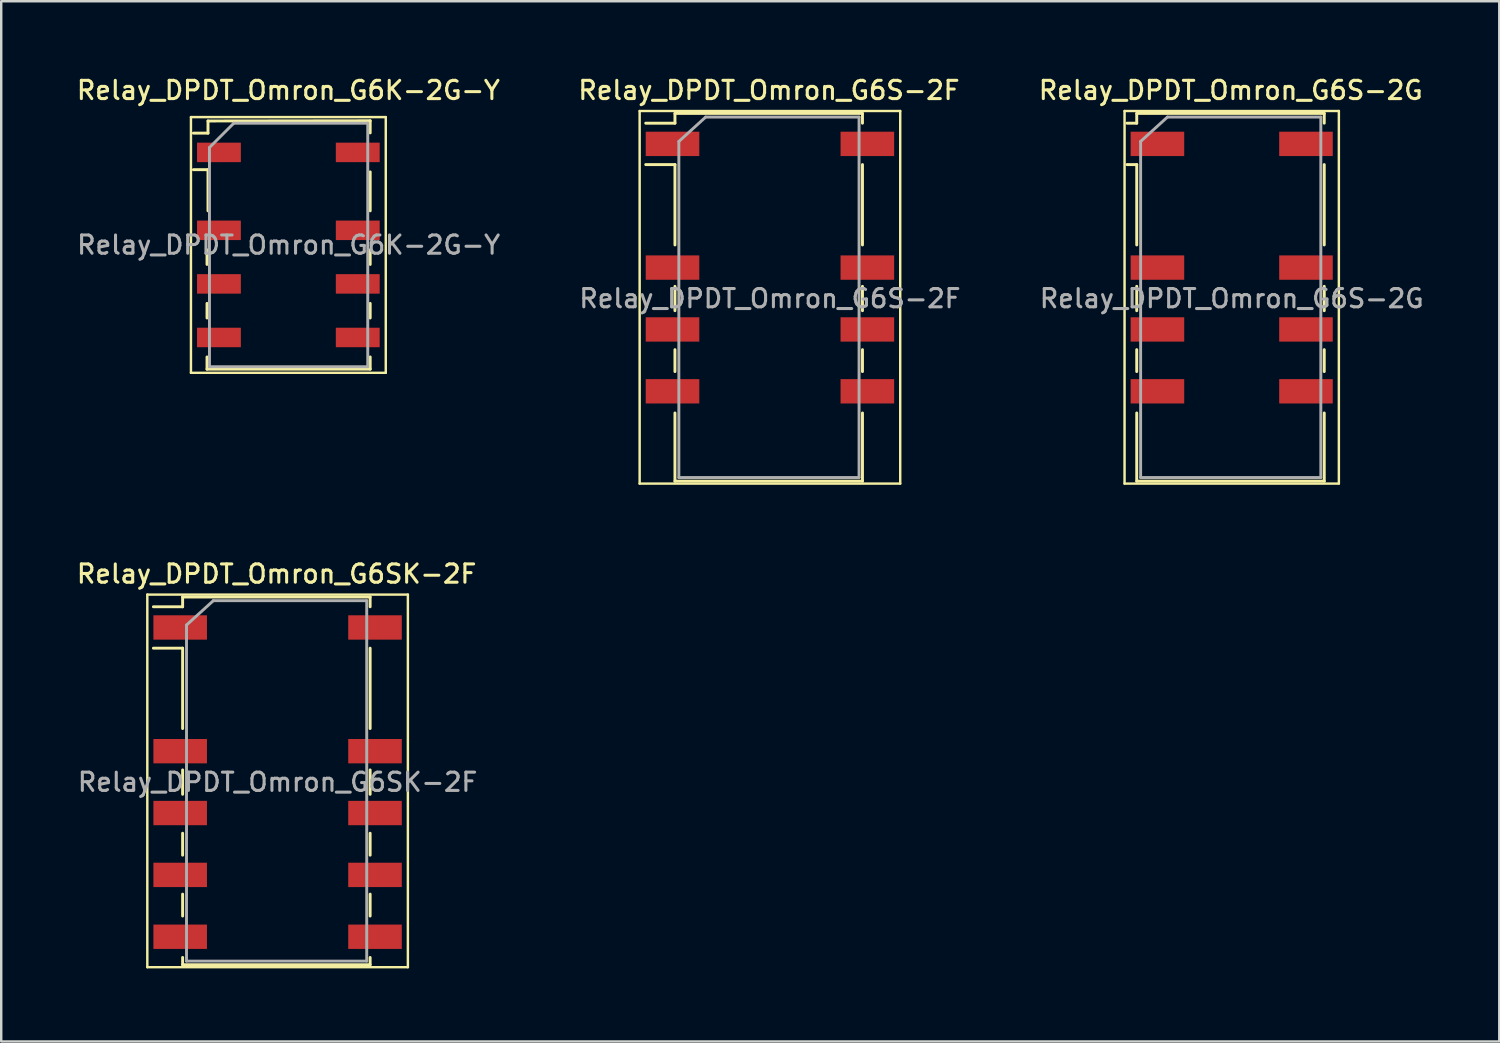
<source format=kicad_pcb>
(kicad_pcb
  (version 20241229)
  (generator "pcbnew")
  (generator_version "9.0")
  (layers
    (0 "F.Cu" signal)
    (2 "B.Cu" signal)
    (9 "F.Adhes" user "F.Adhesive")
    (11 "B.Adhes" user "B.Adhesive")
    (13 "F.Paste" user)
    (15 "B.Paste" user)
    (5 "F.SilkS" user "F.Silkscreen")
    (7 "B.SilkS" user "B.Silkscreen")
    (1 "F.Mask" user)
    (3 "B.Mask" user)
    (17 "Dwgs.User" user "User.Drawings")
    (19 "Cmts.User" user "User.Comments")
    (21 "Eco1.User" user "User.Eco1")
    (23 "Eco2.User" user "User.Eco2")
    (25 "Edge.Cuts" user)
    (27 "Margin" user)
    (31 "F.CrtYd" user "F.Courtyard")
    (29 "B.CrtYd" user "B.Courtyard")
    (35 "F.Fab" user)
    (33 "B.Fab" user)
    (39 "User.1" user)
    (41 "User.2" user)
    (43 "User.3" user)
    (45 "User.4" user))
  (footprint "Relay_DPDT_Omron_G6K-2G-Y"
    (layer "F.Cu")
    (at 8.791 7.008)
    (property "Reference" "Relay_DPDT_Omron_G6K-2G-Y" (at 0 -6.35 0) (unlocked yes) (layer "F.SilkS") (effects (font (size 0.75 0.75) (thickness 0.125))))
    (attr smd)
    (fp_line (start -4 -5.25) (end -4 5.25) (stroke (width 0.1) (type solid)) (layer "F.SilkS"))
    (fp_line (start -4 -5.25) (end 4 -5.25) (stroke (width 0.1) (type solid)) (layer "F.SilkS"))
    (fp_line (start -3.34 0.8) (end -3.34 0.2) (stroke (width 0.12) (type solid)) (layer "F.SilkS"))
    (fp_line (start -3.34 3) (end -3.34 2.4) (stroke (width 0.12) (type solid)) (layer "F.SilkS"))
    (fp_line (start -3.34 5.1) (end -3.34 4.6) (stroke (width 0.12) (type solid)) (layer "F.SilkS"))
    (fp_line (start -3.3 -5.09) (end -3.3 -4.59) (stroke (width 0.12) (type solid)) (layer "F.SilkS"))
    (fp_line (start -3.3 -5.09) (end 3.36 -5.1) (stroke (width 0.12) (type solid)) (layer "F.SilkS"))
    (fp_line (start -3.3 -4.59) (end -3.9 -4.59) (stroke (width 0.12) (type solid)) (layer "F.SilkS"))
    (fp_line (start -3.3 -3.09) (end -3.9 -3.09) (stroke (width 0.12) (type solid)) (layer "F.SilkS"))
    (fp_line (start -3.3 -1.4) (end -3.3 -3.09) (stroke (width 0.12) (type solid)) (layer "F.SilkS"))
    (fp_line (start 3.36 -5.1) (end 3.36 -4.6) (stroke (width 0.12) (type solid)) (layer "F.SilkS"))
    (fp_line (start 3.36 -3) (end 3.36 -1.4) (stroke (width 0.12) (type solid)) (layer "F.SilkS"))
    (fp_line (start 3.36 0.2) (end 3.36 0.8) (stroke (width 0.12) (type solid)) (layer "F.SilkS"))
    (fp_line (start 3.36 2.4) (end 3.36 3) (stroke (width 0.12) (type solid)) (layer "F.SilkS"))
    (fp_line (start 3.36 4.6) (end 3.36 5.1) (stroke (width 0.12) (type solid)) (layer "F.SilkS"))
    (fp_line (start 3.36 5.1) (end -3.34 5.1) (stroke (width 0.12) (type solid)) (layer "F.SilkS"))
    (fp_line (start 4 5.25) (end -4 5.25) (stroke (width 0.1) (type solid)) (layer "F.SilkS"))
    (fp_line (start 4 5.25) (end 4 -5.25) (stroke (width 0.1) (type solid)) (layer "F.SilkS"))
    (fp_line (start -3.24 -4) (end -2.24 -5) (stroke (width 0.12) (type solid)) (layer "F.Fab"))
    (fp_line (start -3.24 5) (end -3.24 -4) (stroke (width 0.12) (type solid)) (layer "F.Fab"))
    (fp_line (start -2.24 -5) (end 3.26 -5) (stroke (width 0.12) (type solid)) (layer "F.Fab"))
    (fp_line (start 3.26 -5) (end 3.26 5) (stroke (width 0.12) (type solid)) (layer "F.Fab"))
    (fp_line (start 3.26 5) (end -3.24 5) (stroke (width 0.12) (type solid)) (layer "F.Fab"))
    (fp_text user "${REFERENCE}" (at 0.01 0 0) (layer "F.Fab") (effects (font (size 0.75 0.75) (thickness 0.125))))
    (pad "1" smd rect (at -2.85 -3.8) (size 1.8 0.8) (layers "F.Cu" "F.Mask" "F.Paste"))
    (pad "2" smd rect (at -2.85 -0.6) (size 1.8 0.8) (layers "F.Cu" "F.Mask" "F.Paste"))
    (pad "3" smd rect (at -2.85 1.6) (size 1.8 0.8) (layers "F.Cu" "F.Mask" "F.Paste"))
    (pad "4" smd rect (at -2.85 3.8) (size 1.8 0.8) (layers "F.Cu" "F.Mask" "F.Paste"))
    (pad "5" smd rect (at 2.85 3.8) (size 1.8 0.8) (layers "F.Cu" "F.Mask" "F.Paste"))
    (pad "6" smd rect (at 2.85 1.6) (size 1.8 0.8) (layers "F.Cu" "F.Mask" "F.Paste"))
    (pad "7" smd rect (at 2.85 -0.6) (size 1.8 0.8) (layers "F.Cu" "F.Mask" "F.Paste"))
    (pad "8" smd rect (at 2.85 -3.8) (size 1.8 0.8) (layers "F.Cu" "F.Mask" "F.Paste")))
  (footprint "Relay_DPDT_Omron_G6SK-2F"
    (layer "F.Cu")
    (at 8.349 29.066)
    (property "Reference" "Relay_DPDT_Omron_G6SK-2F" (at -0.04 -8.55 0) (layer "F.SilkS") (effects (font (size 0.75 0.75) (thickness 0.125))))
    (attr smd)
    (fp_line (start -5.35 -7.7) (end -5.35 7.6) (stroke (width 0.1) (type solid)) (layer "F.SilkS"))
    (fp_line (start -5.35 -7.7) (end 5.35 -7.7) (stroke (width 0.1) (type solid)) (layer "F.SilkS"))
    (fp_line (start -5.1 -7.2) (end -3.9 -7.2) (stroke (width 0.12) (type solid)) (layer "F.SilkS"))
    (fp_line (start -3.9 -7.6) (end 3.8 -7.6) (stroke (width 0.12) (type solid)) (layer "F.SilkS"))
    (fp_line (start -3.9 -7.2) (end -3.9 -7.6) (stroke (width 0.12) (type solid)) (layer "F.SilkS"))
    (fp_line (start -3.9 -5.5) (end -5.1 -5.5) (stroke (width 0.12) (type solid)) (layer "F.SilkS"))
    (fp_line (start -3.9 -5.5) (end -3.9 -2.2) (stroke (width 0.12) (type solid)) (layer "F.SilkS"))
    (fp_line (start -3.9 -0.5) (end -3.9 0.5) (stroke (width 0.12) (type solid)) (layer "F.SilkS"))
    (fp_line (start -3.9 2.1) (end -3.9 3) (stroke (width 0.12) (type solid)) (layer "F.SilkS"))
    (fp_line (start -3.9 5.5) (end -3.9 4.6) (stroke (width 0.12) (type solid)) (layer "F.SilkS"))
    (fp_line (start -3.9 7.2) (end -3.9 7.5) (stroke (width 0.12) (type solid)) (layer "F.SilkS"))
    (fp_line (start -3.9 7.5) (end 3.8 7.5) (stroke (width 0.12) (type solid)) (layer "F.SilkS"))
    (fp_line (start 3.8 -7.6) (end 3.8 -7.2) (stroke (width 0.12) (type solid)) (layer "F.SilkS"))
    (fp_line (start 3.8 -5.5) (end 3.8 -2.2) (stroke (width 0.12) (type solid)) (layer "F.SilkS"))
    (fp_line (start 3.8 0.5) (end 3.8 -0.5) (stroke (width 0.12) (type solid)) (layer "F.SilkS"))
    (fp_line (start 3.8 3) (end 3.8 2.1) (stroke (width 0.12) (type solid)) (layer "F.SilkS"))
    (fp_line (start 3.8 4.6) (end 3.8 5.5) (stroke (width 0.12) (type solid)) (layer "F.SilkS"))
    (fp_line (start 3.8 7.5) (end 3.8 7.2) (stroke (width 0.12) (type solid)) (layer "F.SilkS"))
    (fp_line (start 5.35 7.6) (end -5.35 7.6) (stroke (width 0.1) (type solid)) (layer "F.SilkS"))
    (fp_line (start 5.35 7.6) (end 5.35 -7.7) (stroke (width 0.1) (type solid)) (layer "F.SilkS"))
    (fp_line (start -3.74 -6.45) (end -2.64 -7.45) (stroke (width 0.12) (type solid)) (layer "F.Fab"))
    (fp_line (start -3.74 7.35) (end -3.74 -6.45) (stroke (width 0.12) (type solid)) (layer "F.Fab"))
    (fp_line (start -2.64 -7.45) (end 3.66 -7.45) (stroke (width 0.12) (type solid)) (layer "F.Fab"))
    (fp_line (start 3.66 -7.45) (end 3.66 7.35) (stroke (width 0.12) (type solid)) (layer "F.Fab"))
    (fp_line (start 3.66 7.35) (end -3.74 7.35) (stroke (width 0.12) (type solid)) (layer "F.Fab"))
    (fp_text user "${REFERENCE}" (at 0 0 0) (layer "F.Fab") (effects (font (size 0.75 0.75) (thickness 0.125))))
    (pad "1" smd rect (at -4 -6.35) (size 2.2 1) (layers "F.Cu" "F.Mask" "F.Paste"))
    (pad "3" smd rect (at -4 -1.27) (size 2.2 1) (layers "F.Cu" "F.Mask" "F.Paste"))
    (pad "4" smd rect (at -4 1.27) (size 2.2 1) (layers "F.Cu" "F.Mask" "F.Paste"))
    (pad "5" smd rect (at -4 3.81) (size 2.2 1) (layers "F.Cu" "F.Mask" "F.Paste"))
    (pad "6" smd rect (at -4 6.35) (size 2.2 1) (layers "F.Cu" "F.Mask" "F.Paste"))
    (pad "7" smd rect (at 4 6.35) (size 2.2 1) (layers "F.Cu" "F.Mask" "F.Paste"))
    (pad "8" smd rect (at 4 3.81) (size 2.2 1) (layers "F.Cu" "F.Mask" "F.Paste"))
    (pad "9" smd rect (at 4 1.27) (size 2.2 1) (layers "F.Cu" "F.Mask" "F.Paste"))
    (pad "10" smd rect (at 4 -1.27) (size 2.2 1) (layers "F.Cu" "F.Mask" "F.Paste"))
    (pad "12" smd rect (at 4 -6.35) (size 2.2 1) (layers "F.Cu" "F.Mask" "F.Paste")))
  (footprint "Relay_DPDT_Omron_G6S-2F"
    (layer "F.Cu")
    (at 28.566 9.208)
    (property "Reference" "Relay_DPDT_Omron_G6S-2F" (at -0.04 -8.55 0) (layer "F.SilkS") (effects (font (size 0.75 0.75) (thickness 0.125))))
    (attr smd)
    (fp_line (start -5.35 -7.7) (end -5.35 7.6) (stroke (width 0.1) (type solid)) (layer "F.SilkS"))
    (fp_line (start -5.35 -7.7) (end 5.35 -7.7) (stroke (width 0.1) (type solid)) (layer "F.SilkS"))
    (fp_line (start -5.1 -7.2) (end -3.9 -7.2) (stroke (width 0.12) (type solid)) (layer "F.SilkS"))
    (fp_line (start -3.9 -7.6) (end 3.8 -7.6) (stroke (width 0.12) (type solid)) (layer "F.SilkS"))
    (fp_line (start -3.9 -7.2) (end -3.9 -7.6) (stroke (width 0.12) (type solid)) (layer "F.SilkS"))
    (fp_line (start -3.9 -5.5) (end -5.1 -5.5) (stroke (width 0.12) (type solid)) (layer "F.SilkS"))
    (fp_line (start -3.9 -5.5) (end -3.9 -2.2) (stroke (width 0.12) (type solid)) (layer "F.SilkS"))
    (fp_line (start -3.9 -0.5) (end -3.9 0.5) (stroke (width 0.12) (type solid)) (layer "F.SilkS"))
    (fp_line (start -3.9 2.1) (end -3.9 3) (stroke (width 0.12) (type solid)) (layer "F.SilkS"))
    (fp_line (start -3.9 4.7) (end -3.9 7.5) (stroke (width 0.12) (type solid)) (layer "F.SilkS"))
    (fp_line (start -3.9 7.5) (end 3.8 7.5) (stroke (width 0.12) (type solid)) (layer "F.SilkS"))
    (fp_line (start 3.8 -7.6) (end 3.8 -7.2) (stroke (width 0.12) (type solid)) (layer "F.SilkS"))
    (fp_line (start 3.8 -5.5) (end 3.8 -2.2) (stroke (width 0.12) (type solid)) (layer "F.SilkS"))
    (fp_line (start 3.8 0.5) (end 3.8 -0.5) (stroke (width 0.12) (type solid)) (layer "F.SilkS"))
    (fp_line (start 3.8 3) (end 3.8 2.1) (stroke (width 0.12) (type solid)) (layer "F.SilkS"))
    (fp_line (start 3.8 7.5) (end 3.8 4.7) (stroke (width 0.12) (type solid)) (layer "F.SilkS"))
    (fp_line (start 5.35 7.6) (end -5.35 7.6) (stroke (width 0.1) (type solid)) (layer "F.SilkS"))
    (fp_line (start 5.35 7.6) (end 5.35 -7.7) (stroke (width 0.1) (type solid)) (layer "F.SilkS"))
    (fp_line (start -3.74 -6.45) (end -2.64 -7.45) (stroke (width 0.12) (type solid)) (layer "F.Fab"))
    (fp_line (start -3.74 7.35) (end -3.74 -6.45) (stroke (width 0.12) (type solid)) (layer "F.Fab"))
    (fp_line (start -2.64 -7.45) (end 3.66 -7.45) (stroke (width 0.12) (type solid)) (layer "F.Fab"))
    (fp_line (start 3.66 -7.45) (end 3.66 7.35) (stroke (width 0.12) (type solid)) (layer "F.Fab"))
    (fp_line (start 3.66 7.35) (end -3.74 7.35) (stroke (width 0.12) (type solid)) (layer "F.Fab"))
    (fp_text user "${REFERENCE}" (at 0 0 0) (layer "F.Fab") (effects (font (size 0.75 0.75) (thickness 0.125))))
    (pad "1" smd rect (at -4 -6.35) (size 2.2 1) (layers "F.Cu" "F.Mask" "F.Paste"))
    (pad "3" smd rect (at -4 -1.27) (size 2.2 1) (layers "F.Cu" "F.Mask" "F.Paste"))
    (pad "4" smd rect (at -4 1.27) (size 2.2 1) (layers "F.Cu" "F.Mask" "F.Paste"))
    (pad "5" smd rect (at -4 3.81) (size 2.2 1) (layers "F.Cu" "F.Mask" "F.Paste"))
    (pad "8" smd rect (at 4 3.81) (size 2.2 1) (layers "F.Cu" "F.Mask" "F.Paste"))
    (pad "9" smd rect (at 4 1.27) (size 2.2 1) (layers "F.Cu" "F.Mask" "F.Paste"))
    (pad "10" smd rect (at 4 -1.27) (size 2.2 1) (layers "F.Cu" "F.Mask" "F.Paste"))
    (pad "12" smd rect (at 4 -6.35) (size 2.2 1) (layers "F.Cu" "F.Mask" "F.Paste")))
  (footprint "Relay_DPDT_Omron_G6S-2G"
    (layer "F.Cu")
    (at 47.528 9.208)
    (property "Reference" "Relay_DPDT_Omron_G6S-2G" (at -0.04 -8.55 0) (layer "F.SilkS") (effects (font (size 0.75 0.75) (thickness 0.125))))
    (attr smd)
    (fp_line (start -4.4 -7.7) (end -4.4 7.6) (stroke (width 0.1) (type solid)) (layer "F.SilkS"))
    (fp_line (start -4.4 -7.7) (end 4.4 -7.7) (stroke (width 0.1) (type solid)) (layer "F.SilkS"))
    (fp_line (start -4.3 -7.2) (end -3.9 -7.2) (stroke (width 0.12) (type solid)) (layer "F.SilkS"))
    (fp_line (start -3.9 -7.6) (end 3.8 -7.6) (stroke (width 0.12) (type solid)) (layer "F.SilkS"))
    (fp_line (start -3.9 -7.2) (end -3.9 -7.6) (stroke (width 0.12) (type solid)) (layer "F.SilkS"))
    (fp_line (start -3.9 -5.5) (end -4.3 -5.5) (stroke (width 0.12) (type solid)) (layer "F.SilkS"))
    (fp_line (start -3.9 -5.5) (end -3.9 -2.2) (stroke (width 0.12) (type solid)) (layer "F.SilkS"))
    (fp_line (start -3.9 -0.5) (end -3.9 0.5) (stroke (width 0.12) (type solid)) (layer "F.SilkS"))
    (fp_line (start -3.9 2.1) (end -3.9 3) (stroke (width 0.12) (type solid)) (layer "F.SilkS"))
    (fp_line (start -3.9 4.7) (end -3.9 7.5) (stroke (width 0.12) (type solid)) (layer "F.SilkS"))
    (fp_line (start -3.9 7.5) (end 3.8 7.5) (stroke (width 0.12) (type solid)) (layer "F.SilkS"))
    (fp_line (start 3.8 -7.6) (end 3.8 -7.2) (stroke (width 0.12) (type solid)) (layer "F.SilkS"))
    (fp_line (start 3.8 -5.5) (end 3.8 -2.2) (stroke (width 0.12) (type solid)) (layer "F.SilkS"))
    (fp_line (start 3.8 0.5) (end 3.8 -0.5) (stroke (width 0.12) (type solid)) (layer "F.SilkS"))
    (fp_line (start 3.8 3) (end 3.8 2.1) (stroke (width 0.12) (type solid)) (layer "F.SilkS"))
    (fp_line (start 3.8 7.5) (end 3.8 4.7) (stroke (width 0.12) (type solid)) (layer "F.SilkS"))
    (fp_line (start 4.4 7.6) (end -4.4 7.6) (stroke (width 0.1) (type solid)) (layer "F.SilkS"))
    (fp_line (start 4.4 7.6) (end 4.4 -7.7) (stroke (width 0.1) (type solid)) (layer "F.SilkS"))
    (fp_line (start -3.74 -6.45) (end -2.64 -7.45) (stroke (width 0.12) (type solid)) (layer "F.Fab"))
    (fp_line (start -3.74 7.35) (end -3.74 -6.45) (stroke (width 0.12) (type solid)) (layer "F.Fab"))
    (fp_line (start -2.64 -7.45) (end 3.66 -7.45) (stroke (width 0.12) (type solid)) (layer "F.Fab"))
    (fp_line (start 3.66 -7.45) (end 3.66 7.35) (stroke (width 0.12) (type solid)) (layer "F.Fab"))
    (fp_line (start 3.66 7.35) (end -3.74 7.35) (stroke (width 0.12) (type solid)) (layer "F.Fab"))
    (fp_text user "${REFERENCE}" (at 0 0 0) (layer "F.Fab") (effects (font (size 0.75 0.75) (thickness 0.125))))
    (pad "1" smd rect (at -3.05 -6.35) (size 2.2 1) (layers "F.Cu" "F.Mask" "F.Paste"))
    (pad "3" smd rect (at -3.05 -1.27) (size 2.2 1) (layers "F.Cu" "F.Mask" "F.Paste"))
    (pad "4" smd rect (at -3.05 1.27) (size 2.2 1) (layers "F.Cu" "F.Mask" "F.Paste"))
    (pad "5" smd rect (at -3.05 3.81) (size 2.2 1) (layers "F.Cu" "F.Mask" "F.Paste"))
    (pad "8" smd rect (at 3.05 3.81) (size 2.2 1) (layers "F.Cu" "F.Mask" "F.Paste"))
    (pad "9" smd rect (at 3.05 1.27) (size 2.2 1) (layers "F.Cu" "F.Mask" "F.Paste"))
    (pad "10" smd rect (at 3.05 -1.27) (size 2.2 1) (layers "F.Cu" "F.Mask" "F.Paste"))
    (pad "12" smd rect (at 3.05 -6.35) (size 2.2 1) (layers "F.Cu" "F.Mask" "F.Paste")))
  (gr_rect
    (start -3 -3)
    (end 58.515 39.716)
    (stroke (width 0.1) (type default))
    (fill no)
    (layer "Edge.Cuts")))
</source>
